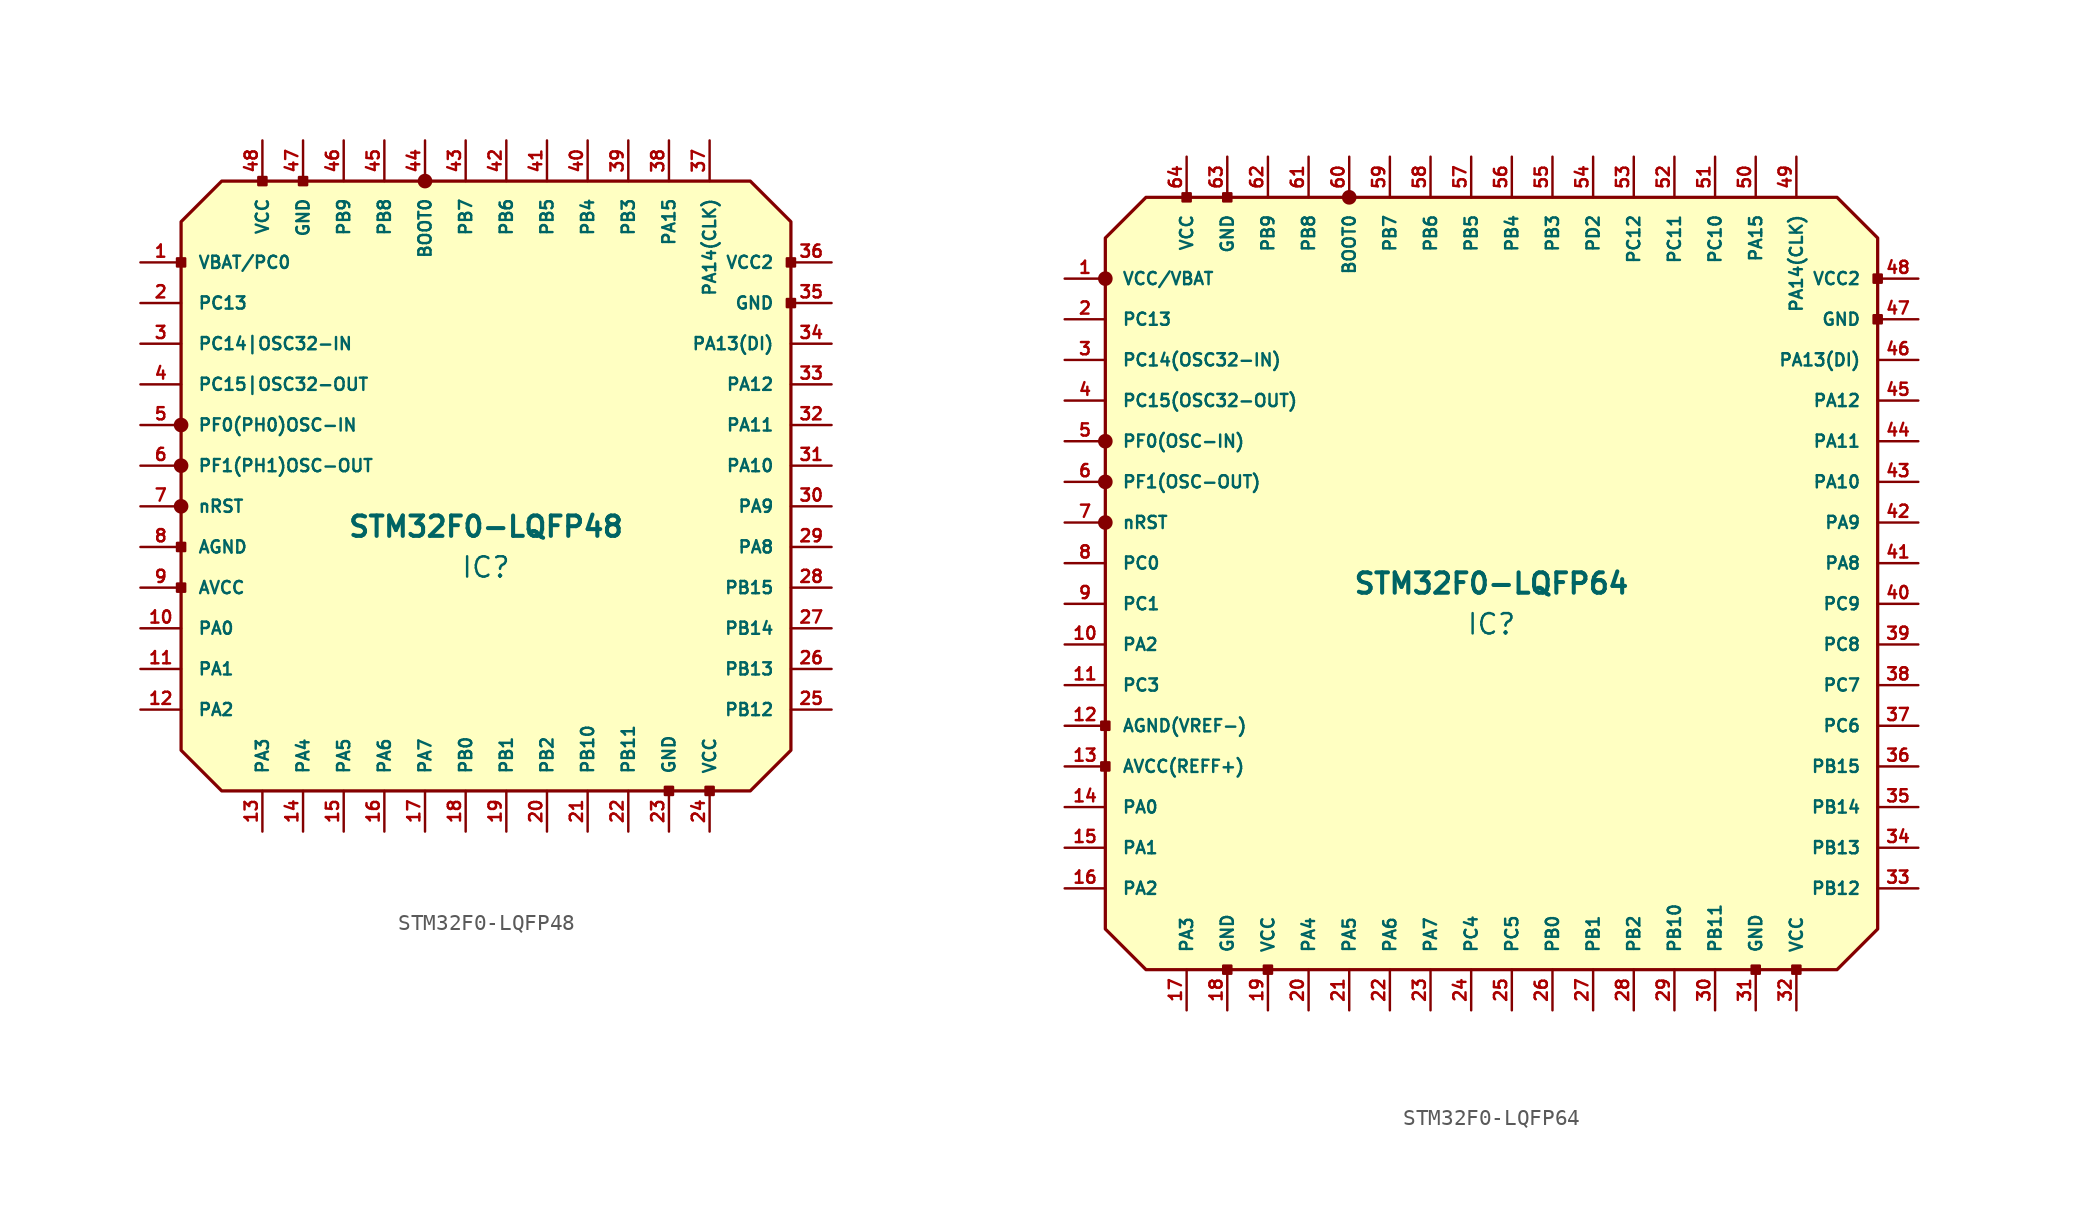
<source format=kicad_sym>
(kicad_symbol_lib
  (version 20231120)
  (generator "kicad_symbol_editor")
  (generator_version "8.0")
  (symbol "STM32F0-LQFP48"
    (pin_names
      (offset 1.016))
    (property "Reference" "IC"
      (at 0 -5.08 0)
      (effects (font (size 1.27 1.27))))
    (property "Value" "STM32F0-LQFP48"
      (at 0 -2.54 0)
      (effects (font (size 1.27 1.27) (bold yes))))
    (symbol "STM32F0-LQFP48_0_1"
      (circle (center -19.05 -1.27) (radius 0.381) (stroke (width 0) (type solid)) (fill (type outline)))
      (circle (center -19.05 1.27) (radius 0.381) (stroke (width 0) (type solid)) (fill (type outline)))
      (circle (center -19.05 3.81) (radius 0.381) (stroke (width 0) (type solid)) (fill (type outline)))
      (circle (center -3.81 19.05) (radius 0.381) (stroke (width 0) (type solid)) (fill (type outline)))
      (polyline (pts (xy -19.304 -6.096) (xy -19.304 -6.604) (xy -18.796 -6.604) (xy -18.796 -6.096) (xy -19.304 -6.096)) (stroke (width 0) (type solid)) (fill (type outline)))
      (polyline (pts (xy -19.304 -3.556) (xy -19.304 -4.064) (xy -18.796 -4.064) (xy -18.796 -3.556) (xy -19.304 -3.556)) (stroke (width 0) (type solid)) (fill (type outline)))
      (polyline (pts (xy -19.304 14.224) (xy -19.304 13.716) (xy -18.796 13.716) (xy -18.796 14.224) (xy -19.304 14.224)) (stroke (width 0) (type solid)) (fill (type outline)))
      (polyline (pts (xy -14.224 19.304) (xy -14.224 18.796) (xy -13.716 18.796) (xy -13.716 19.304) (xy -14.224 19.304)) (stroke (width 0) (type solid)) (fill (type outline)))
      (polyline (pts (xy -11.684 19.304) (xy -11.684 18.796) (xy -11.176 18.796) (xy -11.176 19.304) (xy -11.684 19.304)) (stroke (width 0) (type solid)) (fill (type outline)))
      (polyline (pts (xy 11.176 -18.796) (xy 11.176 -19.304) (xy 11.684 -19.304) (xy 11.684 -18.796) (xy 11.176 -18.796)) (stroke (width 0) (type solid)) (fill (type outline)))
      (polyline (pts (xy 13.716 -18.796) (xy 13.716 -19.304) (xy 14.224 -19.304) (xy 14.224 -18.796) (xy 13.716 -18.796)) (stroke (width 0) (type solid)) (fill (type outline)))
      (polyline (pts (xy 18.796 11.684) (xy 18.796 11.176) (xy 19.304 11.176) (xy 19.304 11.684) (xy 18.796 11.684)) (stroke (width 0) (type solid)) (fill (type outline)))
      (polyline (pts (xy 18.796 14.224) (xy 18.796 13.716) (xy 19.304 13.716) (xy 19.304 14.224) (xy 18.796 14.224)) (stroke (width 0) (type solid)) (fill (type outline)))
      (polyline (pts (xy -13.97 -19.05) (xy -16.51 -19.05) (xy -19.05 -16.51) (xy -19.05 16.51) (xy -16.51 19.05) (xy 16.51 19.05) (xy 19.05 16.51) (xy 19.05 -16.51) (xy 16.51 -19.05) (xy -13.97 -19.05)) (stroke (width 0.203) (type solid)) (fill (type background))))
    (symbol "STM32F0-LQFP48_1_1"
      (pin power_in line (at -21.59 13.97 0) (length 2.54) (name "VBAT/PC0" (effects (font (size 0.762 0.762)))) (number "1" (effects (font (size 0.762 0.762)))))
      (pin bidirectional line (at -21.59 -8.89 0) (length 2.54) (name "PA0" (effects (font (size 0.762 0.762)))) (number "10" (effects (font (size 0.762 0.762)))))
      (pin bidirectional line (at -21.59 -11.43 0) (length 2.54) (name "PA1" (effects (font (size 0.762 0.762)))) (number "11" (effects (font (size 0.762 0.762)))))
      (pin bidirectional line (at -21.59 -13.97 0) (length 2.54) (name "PA2" (effects (font (size 0.762 0.762)))) (number "12" (effects (font (size 0.762 0.762)))))
      (pin bidirectional line (at -13.97 -21.59 90) (length 2.54) (name "PA3" (effects (font (size 0.762 0.762)))) (number "13" (effects (font (size 0.762 0.762)))))
      (pin bidirectional line (at -11.43 -21.59 90) (length 2.54) (name "PA4" (effects (font (size 0.762 0.762)))) (number "14" (effects (font (size 0.762 0.762)))))
      (pin bidirectional line (at -8.89 -21.59 90) (length 2.54) (name "PA5" (effects (font (size 0.762 0.762)))) (number "15" (effects (font (size 0.762 0.762)))))
      (pin bidirectional line (at -6.35 -21.59 90) (length 2.54) (name "PA6" (effects (font (size 0.762 0.762)))) (number "16" (effects (font (size 0.762 0.762)))))
      (pin bidirectional line (at -3.81 -21.59 90) (length 2.54) (name "PA7" (effects (font (size 0.762 0.762)))) (number "17" (effects (font (size 0.762 0.762)))))
      (pin bidirectional line (at -1.27 -21.59 90) (length 2.54) (name "PB0" (effects (font (size 0.762 0.762)))) (number "18" (effects (font (size 0.762 0.762)))))
      (pin bidirectional line (at 1.27 -21.59 90) (length 2.54) (name "PB1" (effects (font (size 0.762 0.762)))) (number "19" (effects (font (size 0.762 0.762)))))
      (pin bidirectional line (at -21.59 11.43 0) (length 2.54) (name "PC13" (effects (font (size 0.762 0.762)))) (number "2" (effects (font (size 0.762 0.762)))))
      (pin bidirectional line (at 3.81 -21.59 90) (length 2.54) (name "PB2" (effects (font (size 0.762 0.762)))) (number "20" (effects (font (size 0.762 0.762)))))
      (pin bidirectional line (at 6.35 -21.59 90) (length 2.54) (name "PB10" (effects (font (size 0.762 0.762)))) (number "21" (effects (font (size 0.762 0.762)))))
      (pin bidirectional line (at 8.89 -21.59 90) (length 2.54) (name "PB11" (effects (font (size 0.762 0.762)))) (number "22" (effects (font (size 0.762 0.762)))))
      (pin power_in line (at 11.43 -21.59 90) (length 2.54) (name "GND" (effects (font (size 0.762 0.762)))) (number "23" (effects (font (size 0.762 0.762)))))
      (pin power_in line (at 13.97 -21.59 90) (length 2.54) (name "VCC" (effects (font (size 0.762 0.762)))) (number "24" (effects (font (size 0.762 0.762)))))
      (pin bidirectional line (at 21.59 -13.97 180) (length 2.54) (name "PB12" (effects (font (size 0.762 0.762)))) (number "25" (effects (font (size 0.762 0.762)))))
      (pin bidirectional line (at 21.59 -11.43 180) (length 2.54) (name "PB13" (effects (font (size 0.762 0.762)))) (number "26" (effects (font (size 0.762 0.762)))))
      (pin bidirectional line (at 21.59 -8.89 180) (length 2.54) (name "PB14" (effects (font (size 0.762 0.762)))) (number "27" (effects (font (size 0.762 0.762)))))
      (pin bidirectional line (at 21.59 -6.35 180) (length 2.54) (name "PB15" (effects (font (size 0.762 0.762)))) (number "28" (effects (font (size 0.762 0.762)))))
      (pin bidirectional line (at 21.59 -3.81 180) (length 2.54) (name "PA8" (effects (font (size 0.762 0.762)))) (number "29" (effects (font (size 0.762 0.762)))))
      (pin bidirectional line (at -21.59 8.89 0) (length 2.54) (name "PC14|OSC32-IN" (effects (font (size 0.762 0.762)))) (number "3" (effects (font (size 0.762 0.762)))))
      (pin bidirectional line (at 21.59 -1.27 180) (length 2.54) (name "PA9" (effects (font (size 0.762 0.762)))) (number "30" (effects (font (size 0.762 0.762)))))
      (pin bidirectional line (at 21.59 1.27 180) (length 2.54) (name "PA10" (effects (font (size 0.762 0.762)))) (number "31" (effects (font (size 0.762 0.762)))))
      (pin bidirectional line (at 21.59 3.81 180) (length 2.54) (name "PA11" (effects (font (size 0.762 0.762)))) (number "32" (effects (font (size 0.762 0.762)))))
      (pin bidirectional line (at 21.59 6.35 180) (length 2.54) (name "PA12" (effects (font (size 0.762 0.762)))) (number "33" (effects (font (size 0.762 0.762)))))
      (pin bidirectional line (at 21.59 8.89 180) (length 2.54) (name "PA13(DI)" (effects (font (size 0.762 0.762)))) (number "34" (effects (font (size 0.762 0.762)))))
      (pin power_in line (at 21.59 11.43 180) (length 2.54) (name "GND" (effects (font (size 0.762 0.762)))) (number "35" (effects (font (size 0.762 0.762)))))
      (pin power_in line (at 21.59 13.97 180) (length 2.54) (name "VCC2" (effects (font (size 0.762 0.762)))) (number "36" (effects (font (size 0.762 0.762)))))
      (pin bidirectional line (at 13.97 21.59 270) (length 2.54) (name "PA14(CLK)" (effects (font (size 0.762 0.762)))) (number "37" (effects (font (size 0.762 0.762)))))
      (pin bidirectional line (at 11.43 21.59 270) (length 2.54) (name "PA15" (effects (font (size 0.762 0.762)))) (number "38" (effects (font (size 0.762 0.762)))))
      (pin bidirectional line (at 8.89 21.59 270) (length 2.54) (name "PB3" (effects (font (size 0.762 0.762)))) (number "39" (effects (font (size 0.762 0.762)))))
      (pin bidirectional line (at -21.59 6.35 0) (length 2.54) (name "PC15|OSC32-OUT" (effects (font (size 0.762 0.762)))) (number "4" (effects (font (size 0.762 0.762)))))
      (pin bidirectional line (at 6.35 21.59 270) (length 2.54) (name "PB4" (effects (font (size 0.762 0.762)))) (number "40" (effects (font (size 0.762 0.762)))))
      (pin bidirectional line (at 3.81 21.59 270) (length 2.54) (name "PB5" (effects (font (size 0.762 0.762)))) (number "41" (effects (font (size 0.762 0.762)))))
      (pin bidirectional line (at 1.27 21.59 270) (length 2.54) (name "PB6" (effects (font (size 0.762 0.762)))) (number "42" (effects (font (size 0.762 0.762)))))
      (pin bidirectional line (at -1.27 21.59 270) (length 2.54) (name "PB7" (effects (font (size 0.762 0.762)))) (number "43" (effects (font (size 0.762 0.762)))))
      (pin input line (at -3.81 21.59 270) (length 2.54) (name "BOOT0" (effects (font (size 0.762 0.762)))) (number "44" (effects (font (size 0.762 0.762)))))
      (pin bidirectional line (at -6.35 21.59 270) (length 2.54) (name "PB8" (effects (font (size 0.762 0.762)))) (number "45" (effects (font (size 0.762 0.762)))))
      (pin bidirectional line (at -8.89 21.59 270) (length 2.54) (name "PB9" (effects (font (size 0.762 0.762)))) (number "46" (effects (font (size 0.762 0.762)))))
      (pin power_in line (at -11.43 21.59 270) (length 2.54) (name "GND" (effects (font (size 0.762 0.762)))) (number "47" (effects (font (size 0.762 0.762)))))
      (pin power_in line (at -13.97 21.59 270) (length 2.54) (name "VCC" (effects (font (size 0.762 0.762)))) (number "48" (effects (font (size 0.762 0.762)))))
      (pin bidirectional line (at -21.59 3.81 0) (length 2.54) (name "PF0(PH0)OSC-IN" (effects (font (size 0.762 0.762)))) (number "5" (effects (font (size 0.762 0.762)))))
      (pin bidirectional line (at -21.59 1.27 0) (length 2.54) (name "PF1(PH1)OSC-OUT" (effects (font (size 0.762 0.762)))) (number "6" (effects (font (size 0.762 0.762)))))
      (pin bidirectional line (at -21.59 -1.27 0) (length 2.54) (name "nRST" (effects (font (size 0.762 0.762)))) (number "7" (effects (font (size 0.762 0.762)))))
      (pin power_in line (at -21.59 -3.81 0) (length 2.54) (name "AGND" (effects (font (size 0.762 0.762)))) (number "8" (effects (font (size 0.762 0.762)))))
      (pin power_in line (at -21.59 -6.35 0) (length 2.54) (name "AVCC" (effects (font (size 0.762 0.762)))) (number "9" (effects (font (size 0.762 0.762)))))))
  (symbol "STM32F0-LQFP64"
    (pin_names
      (offset 1.016))
    (property "Reference" "IC"
      (at 0 -2.54 0)
      (effects (font (size 1.27 1.27))))
    (property "Value" "STM32F0-LQFP64"
      (at 0 0 0)
      (effects (font (size 1.27 1.27) (bold yes))))
    (symbol "STM32F0-LQFP64_0_1"
      (circle (center -24.13 3.81) (radius 0.381) (stroke (width 0) (type solid)) (fill (type outline)))
      (circle (center -24.13 6.35) (radius 0.381) (stroke (width 0) (type solid)) (fill (type outline)))
      (circle (center -24.13 8.89) (radius 0.381) (stroke (width 0) (type solid)) (fill (type outline)))
      (circle (center -24.13 19.05) (radius 0.381) (stroke (width 0) (type solid)) (fill (type outline)))
      (circle (center -8.89 24.13) (radius 0.381) (stroke (width 0) (type solid)) (fill (type outline)))
      (polyline (pts (xy -24.384 -11.176) (xy -24.384 -11.684) (xy -23.876 -11.684) (xy -23.876 -11.176) (xy -24.384 -11.176)) (stroke (width 0) (type solid)) (fill (type outline)))
      (polyline (pts (xy -24.384 -8.636) (xy -24.384 -9.144) (xy -23.876 -9.144) (xy -23.876 -8.636) (xy -24.384 -8.636)) (stroke (width 0) (type solid)) (fill (type outline)))
      (polyline (pts (xy -19.304 24.384) (xy -19.304 23.876) (xy -18.796 23.876) (xy -18.796 24.384) (xy -19.304 24.384)) (stroke (width 0) (type solid)) (fill (type outline)))
      (polyline (pts (xy -16.764 -23.876) (xy -16.764 -24.384) (xy -16.256 -24.384) (xy -16.256 -23.876) (xy -16.764 -23.876)) (stroke (width 0) (type solid)) (fill (type outline)))
      (polyline (pts (xy -16.764 24.384) (xy -16.764 23.876) (xy -16.256 23.876) (xy -16.256 24.384) (xy -16.764 24.384)) (stroke (width 0) (type solid)) (fill (type outline)))
      (polyline (pts (xy -14.224 -23.876) (xy -14.224 -24.384) (xy -13.716 -24.384) (xy -13.716 -23.876) (xy -14.224 -23.876)) (stroke (width 0) (type solid)) (fill (type outline)))
      (polyline (pts (xy 16.256 -23.876) (xy 16.256 -24.384) (xy 16.764 -24.384) (xy 16.764 -23.876) (xy 16.256 -23.876)) (stroke (width 0) (type solid)) (fill (type outline)))
      (polyline (pts (xy 18.796 -23.876) (xy 18.796 -24.384) (xy 19.304 -24.384) (xy 19.304 -23.876) (xy 18.796 -23.876)) (stroke (width 0) (type solid)) (fill (type outline)))
      (polyline (pts (xy 23.876 16.764) (xy 23.876 16.256) (xy 24.384 16.256) (xy 24.384 16.764) (xy 23.876 16.764)) (stroke (width 0) (type solid)) (fill (type outline)))
      (polyline (pts (xy 23.876 19.304) (xy 23.876 18.796) (xy 24.384 18.796) (xy 24.384 19.304) (xy 23.876 19.304)) (stroke (width 0) (type solid)) (fill (type outline)))
      (polyline (pts (xy -24.13 21.59) (xy -21.59 24.13) (xy 21.59 24.13) (xy 24.13 21.59) (xy 24.13 -21.59) (xy 21.59 -24.13) (xy -21.59 -24.13) (xy -24.13 -21.59) (xy -24.13 21.59)) (stroke (width 0.203) (type solid)) (fill (type background))))
    (symbol "STM32F0-LQFP64_1_1"
      (pin power_in line (at -26.67 19.05 0) (length 2.54) (name "VCC/VBAT" (effects (font (size 0.762 0.762)))) (number "1" (effects (font (size 0.762 0.762)))))
      (pin bidirectional line (at -26.67 -3.81 0) (length 2.54) (name "PA2" (effects (font (size 0.762 0.762)))) (number "10" (effects (font (size 0.762 0.762)))))
      (pin bidirectional line (at -26.67 -6.35 0) (length 2.54) (name "PC3" (effects (font (size 0.762 0.762)))) (number "11" (effects (font (size 0.762 0.762)))))
      (pin power_in line (at -26.67 -8.89 0) (length 2.54) (name "AGND(VREF-)" (effects (font (size 0.762 0.762)))) (number "12" (effects (font (size 0.762 0.762)))))
      (pin power_in line (at -26.67 -11.43 0) (length 2.54) (name "AVCC(REFF+)" (effects (font (size 0.762 0.762)))) (number "13" (effects (font (size 0.762 0.762)))))
      (pin bidirectional line (at -26.67 -13.97 0) (length 2.54) (name "PA0" (effects (font (size 0.762 0.762)))) (number "14" (effects (font (size 0.762 0.762)))))
      (pin bidirectional line (at -26.67 -16.51 0) (length 2.54) (name "PA1" (effects (font (size 0.762 0.762)))) (number "15" (effects (font (size 0.762 0.762)))))
      (pin bidirectional line (at -26.67 -19.05 0) (length 2.54) (name "PA2" (effects (font (size 0.762 0.762)))) (number "16" (effects (font (size 0.762 0.762)))))
      (pin bidirectional line (at -19.05 -26.67 90) (length 2.54) (name "PA3" (effects (font (size 0.762 0.762)))) (number "17" (effects (font (size 0.762 0.762)))))
      (pin power_in line (at -16.51 -26.67 90) (length 2.54) (name "GND" (effects (font (size 0.762 0.762)))) (number "18" (effects (font (size 0.762 0.762)))))
      (pin power_in line (at -13.97 -26.67 90) (length 2.54) (name "VCC" (effects (font (size 0.762 0.762)))) (number "19" (effects (font (size 0.762 0.762)))))
      (pin bidirectional line (at -26.67 16.51 0) (length 2.54) (name "PC13" (effects (font (size 0.762 0.762)))) (number "2" (effects (font (size 0.762 0.762)))))
      (pin bidirectional line (at -11.43 -26.67 90) (length 2.54) (name "PA4" (effects (font (size 0.762 0.762)))) (number "20" (effects (font (size 0.762 0.762)))))
      (pin bidirectional line (at -8.89 -26.67 90) (length 2.54) (name "PA5" (effects (font (size 0.762 0.762)))) (number "21" (effects (font (size 0.762 0.762)))))
      (pin bidirectional line (at -6.35 -26.67 90) (length 2.54) (name "PA6" (effects (font (size 0.762 0.762)))) (number "22" (effects (font (size 0.762 0.762)))))
      (pin bidirectional line (at -3.81 -26.67 90) (length 2.54) (name "PA7" (effects (font (size 0.762 0.762)))) (number "23" (effects (font (size 0.762 0.762)))))
      (pin bidirectional line (at -1.27 -26.67 90) (length 2.54) (name "PC4" (effects (font (size 0.762 0.762)))) (number "24" (effects (font (size 0.762 0.762)))))
      (pin bidirectional line (at 1.27 -26.67 90) (length 2.54) (name "PC5" (effects (font (size 0.762 0.762)))) (number "25" (effects (font (size 0.762 0.762)))))
      (pin bidirectional line (at 3.81 -26.67 90) (length 2.54) (name "PB0" (effects (font (size 0.762 0.762)))) (number "26" (effects (font (size 0.762 0.762)))))
      (pin bidirectional line (at 6.35 -26.67 90) (length 2.54) (name "PB1" (effects (font (size 0.762 0.762)))) (number "27" (effects (font (size 0.762 0.762)))))
      (pin bidirectional line (at 8.89 -26.67 90) (length 2.54) (name "PB2" (effects (font (size 0.762 0.762)))) (number "28" (effects (font (size 0.762 0.762)))))
      (pin bidirectional line (at 11.43 -26.67 90) (length 2.54) (name "PB10" (effects (font (size 0.762 0.762)))) (number "29" (effects (font (size 0.762 0.762)))))
      (pin bidirectional line (at -26.67 13.97 0) (length 2.54) (name "PC14(OSC32-IN)" (effects (font (size 0.762 0.762)))) (number "3" (effects (font (size 0.762 0.762)))))
      (pin bidirectional line (at 13.97 -26.67 90) (length 2.54) (name "PB11" (effects (font (size 0.762 0.762)))) (number "30" (effects (font (size 0.762 0.762)))))
      (pin power_in line (at 16.51 -26.67 90) (length 2.54) (name "GND" (effects (font (size 0.762 0.762)))) (number "31" (effects (font (size 0.762 0.762)))))
      (pin power_in line (at 19.05 -26.67 90) (length 2.54) (name "VCC" (effects (font (size 0.762 0.762)))) (number "32" (effects (font (size 0.762 0.762)))))
      (pin bidirectional line (at 26.67 -19.05 180) (length 2.54) (name "PB12" (effects (font (size 0.762 0.762)))) (number "33" (effects (font (size 0.762 0.762)))))
      (pin bidirectional line (at 26.67 -16.51 180) (length 2.54) (name "PB13" (effects (font (size 0.762 0.762)))) (number "34" (effects (font (size 0.762 0.762)))))
      (pin bidirectional line (at 26.67 -13.97 180) (length 2.54) (name "PB14" (effects (font (size 0.762 0.762)))) (number "35" (effects (font (size 0.762 0.762)))))
      (pin bidirectional line (at 26.67 -11.43 180) (length 2.54) (name "PB15" (effects (font (size 0.762 0.762)))) (number "36" (effects (font (size 0.762 0.762)))))
      (pin bidirectional line (at 26.67 -8.89 180) (length 2.54) (name "PC6" (effects (font (size 0.762 0.762)))) (number "37" (effects (font (size 0.762 0.762)))))
      (pin bidirectional line (at 26.67 -6.35 180) (length 2.54) (name "PC7" (effects (font (size 0.762 0.762)))) (number "38" (effects (font (size 0.762 0.762)))))
      (pin bidirectional line (at 26.67 -3.81 180) (length 2.54) (name "PC8" (effects (font (size 0.762 0.762)))) (number "39" (effects (font (size 0.762 0.762)))))
      (pin bidirectional line (at -26.67 11.43 0) (length 2.54) (name "PC15(OSC32-OUT)" (effects (font (size 0.762 0.762)))) (number "4" (effects (font (size 0.762 0.762)))))
      (pin bidirectional line (at 26.67 -1.27 180) (length 2.54) (name "PC9" (effects (font (size 0.762 0.762)))) (number "40" (effects (font (size 0.762 0.762)))))
      (pin bidirectional line (at 26.67 1.27 180) (length 2.54) (name "PA8" (effects (font (size 0.762 0.762)))) (number "41" (effects (font (size 0.762 0.762)))))
      (pin bidirectional line (at 26.67 3.81 180) (length 2.54) (name "PA9" (effects (font (size 0.762 0.762)))) (number "42" (effects (font (size 0.762 0.762)))))
      (pin bidirectional line (at 26.67 6.35 180) (length 2.54) (name "PA10" (effects (font (size 0.762 0.762)))) (number "43" (effects (font (size 0.762 0.762)))))
      (pin bidirectional line (at 26.67 8.89 180) (length 2.54) (name "PA11" (effects (font (size 0.762 0.762)))) (number "44" (effects (font (size 0.762 0.762)))))
      (pin bidirectional line (at 26.67 11.43 180) (length 2.54) (name "PA12" (effects (font (size 0.762 0.762)))) (number "45" (effects (font (size 0.762 0.762)))))
      (pin bidirectional line (at 26.67 13.97 180) (length 2.54) (name "PA13(DI)" (effects (font (size 0.762 0.762)))) (number "46" (effects (font (size 0.762 0.762)))))
      (pin power_in line (at 26.67 16.51 180) (length 2.54) (name "GND" (effects (font (size 0.762 0.762)))) (number "47" (effects (font (size 0.762 0.762)))))
      (pin power_in line (at 26.67 19.05 180) (length 2.54) (name "VCC2" (effects (font (size 0.762 0.762)))) (number "48" (effects (font (size 0.762 0.762)))))
      (pin bidirectional line (at 19.05 26.67 270) (length 2.54) (name "PA14(CLK)" (effects (font (size 0.762 0.762)))) (number "49" (effects (font (size 0.762 0.762)))))
      (pin bidirectional line (at -26.67 8.89 0) (length 2.54) (name "PF0(OSC-IN)" (effects (font (size 0.762 0.762)))) (number "5" (effects (font (size 0.762 0.762)))))
      (pin bidirectional line (at 16.51 26.67 270) (length 2.54) (name "PA15" (effects (font (size 0.762 0.762)))) (number "50" (effects (font (size 0.762 0.762)))))
      (pin bidirectional line (at 13.97 26.67 270) (length 2.54) (name "PC10" (effects (font (size 0.762 0.762)))) (number "51" (effects (font (size 0.762 0.762)))))
      (pin bidirectional line (at 11.43 26.67 270) (length 2.54) (name "PC11" (effects (font (size 0.762 0.762)))) (number "52" (effects (font (size 0.762 0.762)))))
      (pin bidirectional line (at 8.89 26.67 270) (length 2.54) (name "PC12" (effects (font (size 0.762 0.762)))) (number "53" (effects (font (size 0.762 0.762)))))
      (pin bidirectional line (at 6.35 26.67 270) (length 2.54) (name "PD2" (effects (font (size 0.762 0.762)))) (number "54" (effects (font (size 0.762 0.762)))))
      (pin bidirectional line (at 3.81 26.67 270) (length 2.54) (name "PB3" (effects (font (size 0.762 0.762)))) (number "55" (effects (font (size 0.762 0.762)))))
      (pin bidirectional line (at 1.27 26.67 270) (length 2.54) (name "PB4" (effects (font (size 0.762 0.762)))) (number "56" (effects (font (size 0.762 0.762)))))
      (pin bidirectional line (at -1.27 26.67 270) (length 2.54) (name "PB5" (effects (font (size 0.762 0.762)))) (number "57" (effects (font (size 0.762 0.762)))))
      (pin bidirectional line (at -3.81 26.67 270) (length 2.54) (name "PB6" (effects (font (size 0.762 0.762)))) (number "58" (effects (font (size 0.762 0.762)))))
      (pin bidirectional line (at -6.35 26.67 270) (length 2.54) (name "PB7" (effects (font (size 0.762 0.762)))) (number "59" (effects (font (size 0.762 0.762)))))
      (pin bidirectional line (at -26.67 6.35 0) (length 2.54) (name "PF1(OSC-OUT)" (effects (font (size 0.762 0.762)))) (number "6" (effects (font (size 0.762 0.762)))))
      (pin input line (at -8.89 26.67 270) (length 2.54) (name "BOOT0" (effects (font (size 0.762 0.762)))) (number "60" (effects (font (size 0.762 0.762)))))
      (pin bidirectional line (at -11.43 26.67 270) (length 2.54) (name "PB8" (effects (font (size 0.762 0.762)))) (number "61" (effects (font (size 0.762 0.762)))))
      (pin bidirectional line (at -13.97 26.67 270) (length 2.54) (name "PB9" (effects (font (size 0.762 0.762)))) (number "62" (effects (font (size 0.762 0.762)))))
      (pin power_in line (at -16.51 26.67 270) (length 2.54) (name "GND" (effects (font (size 0.762 0.762)))) (number "63" (effects (font (size 0.762 0.762)))))
      (pin power_in line (at -19.05 26.67 270) (length 2.54) (name "VCC" (effects (font (size 0.762 0.762)))) (number "64" (effects (font (size 0.762 0.762)))))
      (pin input line (at -26.67 3.81 0) (length 2.54) (name "nRST" (effects (font (size 0.762 0.762)))) (number "7" (effects (font (size 0.762 0.762)))))
      (pin bidirectional line (at -26.67 1.27 0) (length 2.54) (name "PC0" (effects (font (size 0.762 0.762)))) (number "8" (effects (font (size 0.762 0.762)))))
      (pin bidirectional line (at -26.67 -1.27 0) (length 2.54) (name "PC1" (effects (font (size 0.762 0.762)))) (number "9" (effects (font (size 0.762 0.762))))))))
</source>
